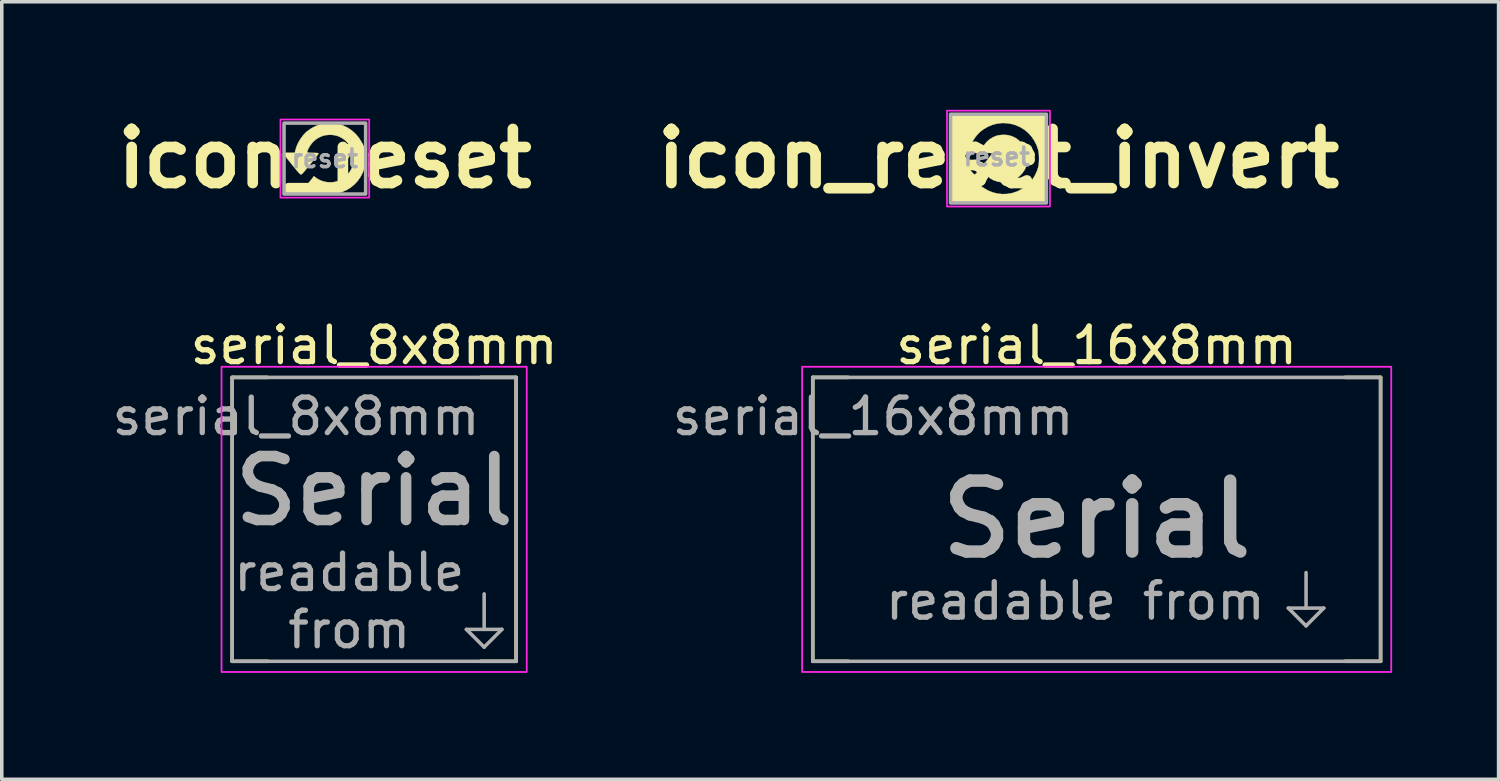
<source format=kicad_pcb>
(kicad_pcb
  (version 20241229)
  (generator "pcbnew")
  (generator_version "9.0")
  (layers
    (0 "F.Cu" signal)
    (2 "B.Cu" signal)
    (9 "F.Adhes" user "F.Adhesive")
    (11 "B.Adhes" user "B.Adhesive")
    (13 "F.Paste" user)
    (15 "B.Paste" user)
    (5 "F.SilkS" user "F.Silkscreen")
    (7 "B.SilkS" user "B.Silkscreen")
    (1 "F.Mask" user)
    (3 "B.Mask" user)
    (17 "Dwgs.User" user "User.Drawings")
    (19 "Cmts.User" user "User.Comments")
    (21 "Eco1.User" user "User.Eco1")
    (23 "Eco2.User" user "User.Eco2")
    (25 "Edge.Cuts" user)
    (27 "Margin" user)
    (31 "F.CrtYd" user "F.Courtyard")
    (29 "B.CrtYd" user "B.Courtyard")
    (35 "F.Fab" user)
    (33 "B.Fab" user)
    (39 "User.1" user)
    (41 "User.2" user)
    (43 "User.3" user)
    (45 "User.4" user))
  (footprint "serial_8x8mm"
    (layer "F.Cu")
    (at 7.492 11.584)
    (property "Reference" "serial_8x8mm" (at 0 -4.9 0) (unlocked yes) (layer "F.SilkS") (effects (font (size 1 1) (thickness 0.15))))
    (attr smd)
    (fp_line (start -4 -4) (end -4 4) (stroke (width 0.1) (type default)) (layer "F.SilkS"))
    (fp_line (start -4 4) (end -3 4) (stroke (width 0.1) (type default)) (layer "F.SilkS"))
    (fp_line (start -3 -4) (end -4 -4) (stroke (width 0.1) (type default)) (layer "F.SilkS"))
    (fp_line (start 3 -4) (end 4 -4) (stroke (width 0.1) (type default)) (layer "F.SilkS"))
    (fp_line (start 4 -4) (end 4 4) (stroke (width 0.1) (type default)) (layer "F.SilkS"))
    (fp_line (start 4 4) (end 3 4) (stroke (width 0.1) (type default)) (layer "F.SilkS"))
    (fp_rect (start -4.3 -4.3) (end 4.3 4.3) (stroke (width 0.05) (type default)) (fill no) (layer "F.CrtYd"))
    (fp_line (start 2.6 3.1) (end 3.6 3.1) (stroke (width 0.1) (type solid)) (layer "F.Fab"))
    (fp_line (start 3.1 3.1) (end 3.1 2.1) (stroke (width 0.1) (type solid)) (layer "F.Fab"))
    (fp_line (start 3.1 3.6) (end 2.6 3.1) (stroke (width 0.1) (type solid)) (layer "F.Fab"))
    (fp_line (start 3.6 3.1) (end 3.1 3.6) (stroke (width 0.1) (type solid)) (layer "F.Fab"))
    (fp_rect (start -4 -4) (end 4 4) (stroke (width 0.1) (type solid)) (fill no) (layer "F.Fab"))
    (fp_text user "${REFERENCE}" (at -2.2 -2.9 0) (unlocked yes) (layer "F.Fab") (effects (font (size 1 1) (thickness 0.15))))
    (fp_text user "readable\nfrom" (at -0.7 2.3 0) (unlocked yes) (layer "F.Fab") (effects (font (size 1 1) (thickness 0.15))))
    (fp_text user "Serial" (at 0 -0.8 0) (unlocked yes) (layer "F.Fab") (effects (font (size 1.8 1.8) (thickness 0.3)))))
  (footprint "serial_16x8mm"
    (layer "F.Cu")
    (at 27.851 11.584)
    (property "Reference" "serial_16x8mm" (at 0 -4.9 0) (unlocked yes) (layer "F.SilkS") (effects (font (size 1 1) (thickness 0.15))))
    (attr smd)
    (fp_line (start -8 -4) (end -8 4) (stroke (width 0.1) (type default)) (layer "F.SilkS"))
    (fp_line (start -8 4) (end -7 4) (stroke (width 0.1) (type default)) (layer "F.SilkS"))
    (fp_line (start -7 -4) (end -8 -4) (stroke (width 0.1) (type default)) (layer "F.SilkS"))
    (fp_line (start 7 -4) (end 8 -4) (stroke (width 0.1) (type default)) (layer "F.SilkS"))
    (fp_line (start 8 -4) (end 8 4) (stroke (width 0.1) (type default)) (layer "F.SilkS"))
    (fp_line (start 8 4) (end 7 4) (stroke (width 0.1) (type default)) (layer "F.SilkS"))
    (fp_rect (start -8.3 -4.3) (end 8.3 4.3) (stroke (width 0.05) (type default)) (fill no) (layer "F.CrtYd"))
    (fp_line (start 5.4 2.5) (end 6.4 2.5) (stroke (width 0.1) (type solid)) (layer "F.Fab"))
    (fp_line (start 5.9 2.5) (end 5.9 1.5) (stroke (width 0.1) (type solid)) (layer "F.Fab"))
    (fp_line (start 5.9 3) (end 5.4 2.5) (stroke (width 0.1) (type solid)) (layer "F.Fab"))
    (fp_line (start 6.4 2.5) (end 5.9 3) (stroke (width 0.1) (type solid)) (layer "F.Fab"))
    (fp_rect (start -8 -4) (end 8 4) (stroke (width 0.1) (type solid)) (fill no) (layer "F.Fab"))
    (fp_text user "readable from" (at -0.6 2.3 0) (unlocked yes) (layer "F.Fab") (effects (font (size 1 1) (thickness 0.15))))
    (fp_text user "Serial" (at 0 0 0) (unlocked yes) (layer "F.Fab") (effects (font (size 2 2) (thickness 0.35) (bold yes))))
    (fp_text user "${REFERENCE}" (at -6.3 -2.9 0) (unlocked yes) (layer "F.Fab") (effects (font (size 1 1) (thickness 0.15)))))
  (footprint "icon_reset"
    (layer "F.Cu")
    (at 6.103 1.418)
    (property "Reference" "icon_reset" (at 0 0 0) (layer "F.SilkS") (effects (font (size 1.524 1.524) (thickness 0.3))))
    (attr exclude_from_pos_files exclude_from_bom)
    (fp_poly (pts (xy 0.288 -0.991) (xy 0.395 -0.97) (xy 0.529 -0.926) (xy 0.653 -0.864) (xy 0.766 -0.786) (xy 0.868 -0.694) (xy 0.957 -0.588) (xy 1.031 -0.469) (xy 1.09 -0.339) (xy 1.12 -0.245) (xy 1.132 -0.187) (xy 1.139 -0.114) (xy 1.143 -0.033) (xy 1.143 0.05) (xy 1.138 0.13) (xy 1.13 0.2) (xy 1.12 0.245) (xy 1.072 0.383) (xy 1.008 0.511) (xy 0.929 0.626) (xy 0.835 0.727) (xy 0.729 0.815) (xy 0.61 0.887) (xy 0.481 0.943) (xy 0.391 0.971) (xy 0.288 0.991) (xy 0.18 1.001) (xy 0.075 1) (xy -0.005 0.992) (xy -0.143 0.959) (xy -0.276 0.908) (xy -0.401 0.84) (xy -0.425 0.824) (xy -0.458 0.801) (xy -0.481 0.784) (xy -0.494 0.768) (xy -0.496 0.75) (xy -0.486 0.728) (xy -0.465 0.697) (xy -0.433 0.656) (xy -0.408 0.625) (xy -0.307 0.497) (xy -0.278 0.522) (xy -0.191 0.582) (xy -0.093 0.627) (xy 0.012 0.657) (xy 0.121 0.67) (xy 0.23 0.666) (xy 0.288 0.656) (xy 0.39 0.625) (xy 0.483 0.579) (xy 0.57 0.516) (xy 0.62 0.468) (xy 0.696 0.381) (xy 0.752 0.289) (xy 0.791 0.192) (xy 0.811 0.087) (xy 0.816 0) (xy 0.808 -0.113) (xy 0.783 -0.216) (xy 0.741 -0.311) (xy 0.68 -0.402) (xy 0.62 -0.468) (xy 0.536 -0.543) (xy 0.447 -0.599) (xy 0.351 -0.639) (xy 0.288 -0.656) (xy 0.211 -0.667) (xy 0.126 -0.669) (xy 0.04 -0.662) (xy -0.038 -0.647) (xy -0.061 -0.64) (xy -0.167 -0.594) (xy -0.263 -0.532) (xy -0.347 -0.454) (xy -0.418 -0.362) (xy -0.464 -0.278) (xy -0.483 -0.236) (xy -0.495 -0.207) (xy -0.497 -0.186) (xy -0.489 -0.173) (xy -0.467 -0.166) (xy -0.43 -0.162) (xy -0.376 -0.161) (xy -0.338 -0.16) (xy -0.277 -0.159) (xy -0.233 -0.157) (xy -0.205 -0.155) (xy -0.188 -0.152) (xy -0.18 -0.147) (xy -0.179 -0.141) (xy -0.185 -0.13) (xy -0.203 -0.105) (xy -0.231 -0.068) (xy -0.268 -0.02) (xy -0.311 0.035) (xy -0.361 0.097) (xy -0.413 0.161) (xy -0.474 0.237) (xy -0.525 0.298) (xy -0.566 0.347) (xy -0.597 0.384) (xy -0.622 0.411) (xy -0.641 0.429) (xy -0.655 0.44) (xy -0.665 0.446) (xy -0.672 0.447) (xy -0.681 0.445) (xy -0.692 0.439) (xy -0.707 0.427) (xy -0.726 0.407) (xy -0.752 0.379) (xy -0.785 0.34) (xy -0.827 0.29) (xy -0.879 0.226) (xy -0.932 0.162) (xy -0.985 0.096) (xy -1.034 0.034) (xy -1.078 -0.022) (xy -1.114 -0.069) (xy -1.142 -0.106) (xy -1.16 -0.132) (xy -1.167 -0.143) (xy -1.167 -0.15) (xy -1.163 -0.156) (xy -1.151 -0.159) (xy -1.13 -0.161) (xy -1.096 -0.162) (xy -1.046 -0.163) (xy -1.008 -0.163) (xy -0.847 -0.163) (xy -0.825 -0.251) (xy -0.791 -0.356) (xy -0.741 -0.463) (xy -0.679 -0.566) (xy -0.608 -0.66) (xy -0.531 -0.741) (xy -0.504 -0.764) (xy -0.385 -0.85) (xy -0.259 -0.917) (xy -0.128 -0.964) (xy 0.008 -0.993) (xy 0.147 -1.002) (xy 0.288 -0.991)) (stroke (width 0.01) (type solid)) (fill yes) (layer "F.SilkS"))
    (fp_rect (start -1.25 -1.1) (end 1.25 1.1) (stroke (width 0.05) (type solid)) (fill no) (layer "F.CrtYd"))
    (fp_rect (start 1.15 -1) (end -1.15 1) (stroke (width 0.1) (type solid)) (fill no) (layer "F.Fab"))
    (fp_text user "reset" (at 0 0 0) (unlocked yes) (layer "F.Fab") (effects (font (size 0.5 0.5) (thickness 0.1)))))
  (footprint "icon_reset_invert"
    (layer "F.Cu")
    (at 25.084 1.418)
    (property "Reference" "icon_reset_invert" (at 0 0 0) (layer "F.SilkS") (effects (font (size 1.524 1.524) (thickness 0.3))))
    (attr through_hole)
    (fp_poly (pts (xy 1.382 1.27) (xy -1.372 1.27) (xy -1.372 -0.147) (xy -1.167 -0.147) (xy -1.167 -0.143) (xy -1.16 -0.131) (xy -1.141 -0.105) (xy -1.113 -0.067) (xy -1.076 -0.019) (xy -1.032 0.037) (xy -0.982 0.099) (xy -0.932 0.162) (xy -0.87 0.238) (xy -0.819 0.299) (xy -0.779 0.348) (xy -0.747 0.384) (xy -0.722 0.411) (xy -0.704 0.429) (xy -0.69 0.44) (xy -0.68 0.446) (xy -0.672 0.447) (xy -0.664 0.445) (xy -0.653 0.439) (xy -0.638 0.427) (xy -0.619 0.408) (xy -0.593 0.379) (xy -0.56 0.341) (xy -0.518 0.29) (xy -0.466 0.227) (xy -0.413 0.161) (xy -0.359 0.095) (xy -0.31 0.033) (xy -0.267 -0.022) (xy -0.23 -0.069) (xy -0.203 -0.106) (xy -0.185 -0.131) (xy -0.179 -0.141) (xy -0.181 -0.148) (xy -0.189 -0.152) (xy -0.207 -0.155) (xy -0.237 -0.158) (xy -0.282 -0.159) (xy -0.338 -0.16) (xy -0.402 -0.161) (xy -0.449 -0.164) (xy -0.479 -0.168) (xy -0.494 -0.178) (xy -0.498 -0.194) (xy -0.491 -0.219) (xy -0.475 -0.253) (xy -0.464 -0.278) (xy -0.405 -0.38) (xy -0.332 -0.469) (xy -0.246 -0.545) (xy -0.148 -0.604) (xy -0.061 -0.64) (xy 0.013 -0.658) (xy 0.097 -0.667) (xy 0.183 -0.668) (xy 0.264 -0.661) (xy 0.288 -0.656) (xy 0.39 -0.625) (xy 0.483 -0.579) (xy 0.57 -0.516) (xy 0.62 -0.468) (xy 0.696 -0.381) (xy 0.752 -0.289) (xy 0.791 -0.192) (xy 0.811 -0.087) (xy 0.816 0) (xy 0.808 0.113) (xy 0.783 0.216) (xy 0.741 0.311) (xy 0.68 0.402) (xy 0.62 0.468) (xy 0.536 0.543) (xy 0.447 0.599) (xy 0.351 0.639) (xy 0.288 0.656) (xy 0.182 0.67) (xy 0.072 0.666) (xy -0.035 0.645) (xy -0.138 0.609) (xy -0.231 0.557) (xy -0.278 0.522) (xy -0.307 0.497) (xy -0.408 0.625) (xy -0.448 0.675) (xy -0.475 0.711) (xy -0.491 0.738) (xy -0.496 0.758) (xy -0.49 0.775) (xy -0.473 0.791) (xy -0.446 0.81) (xy -0.425 0.824) (xy -0.301 0.897) (xy -0.17 0.951) (xy -0.034 0.986) (xy 0.104 1.001) (xy 0.244 0.997) (xy 0.384 0.972) (xy 0.391 0.971) (xy 0.527 0.926) (xy 0.652 0.864) (xy 0.767 0.787) (xy 0.869 0.694) (xy 0.958 0.587) (xy 1.032 0.468) (xy 1.091 0.337) (xy 1.12 0.245) (xy 1.132 0.187) (xy 1.139 0.114) (xy 1.143 0.033) (xy 1.143 -0.05) (xy 1.138 -0.13) (xy 1.13 -0.2) (xy 1.12 -0.245) (xy 1.072 -0.382) (xy 1.008 -0.509) (xy 0.929 -0.624) (xy 0.836 -0.726) (xy 0.731 -0.813) (xy 0.613 -0.886) (xy 0.486 -0.942) (xy 0.395 -0.97) (xy 0.253 -0.996) (xy 0.112 -1.002) (xy -0.026 -0.988) (xy -0.161 -0.954) (xy -0.291 -0.902) (xy -0.416 -0.83) (xy -0.504 -0.764) (xy -0.583 -0.689) (xy -0.656 -0.598) (xy -0.722 -0.498) (xy -0.776 -0.392) (xy -0.815 -0.286) (xy -0.825 -0.251) (xy -0.847 -0.163) (xy -1.008 -0.163) (xy -1.069 -0.162) (xy -1.112 -0.162) (xy -1.14 -0.16) (xy -1.157 -0.158) (xy -1.165 -0.154) (xy -1.167 -0.147) (xy -1.372 -0.147) (xy -1.372 -1.27) (xy 1.382 -1.27) (xy 1.382 1.27)) (stroke (width 0.01) (type solid)) (fill yes) (layer "F.SilkS"))
    (fp_rect (start 1.45 -1.35) (end -1.45 1.35) (stroke (width 0.05) (type solid)) (fill no) (layer "F.CrtYd"))
    (fp_rect (start 1.35 -1.25) (end -1.35 1.25) (stroke (width 0.1) (type solid)) (fill no) (layer "F.Fab"))
    (fp_text user "reset" (at -0.05 -0.05 0) (unlocked yes) (layer "F.Fab") (effects (font (size 0.5 0.5) (thickness 0.1)))))
  (gr_rect
    (start -3 -3)
    (end 39.176 18.909)
    (stroke (width 0.1) (type default))
    (fill no)
    (layer "Edge.Cuts")))
</source>
